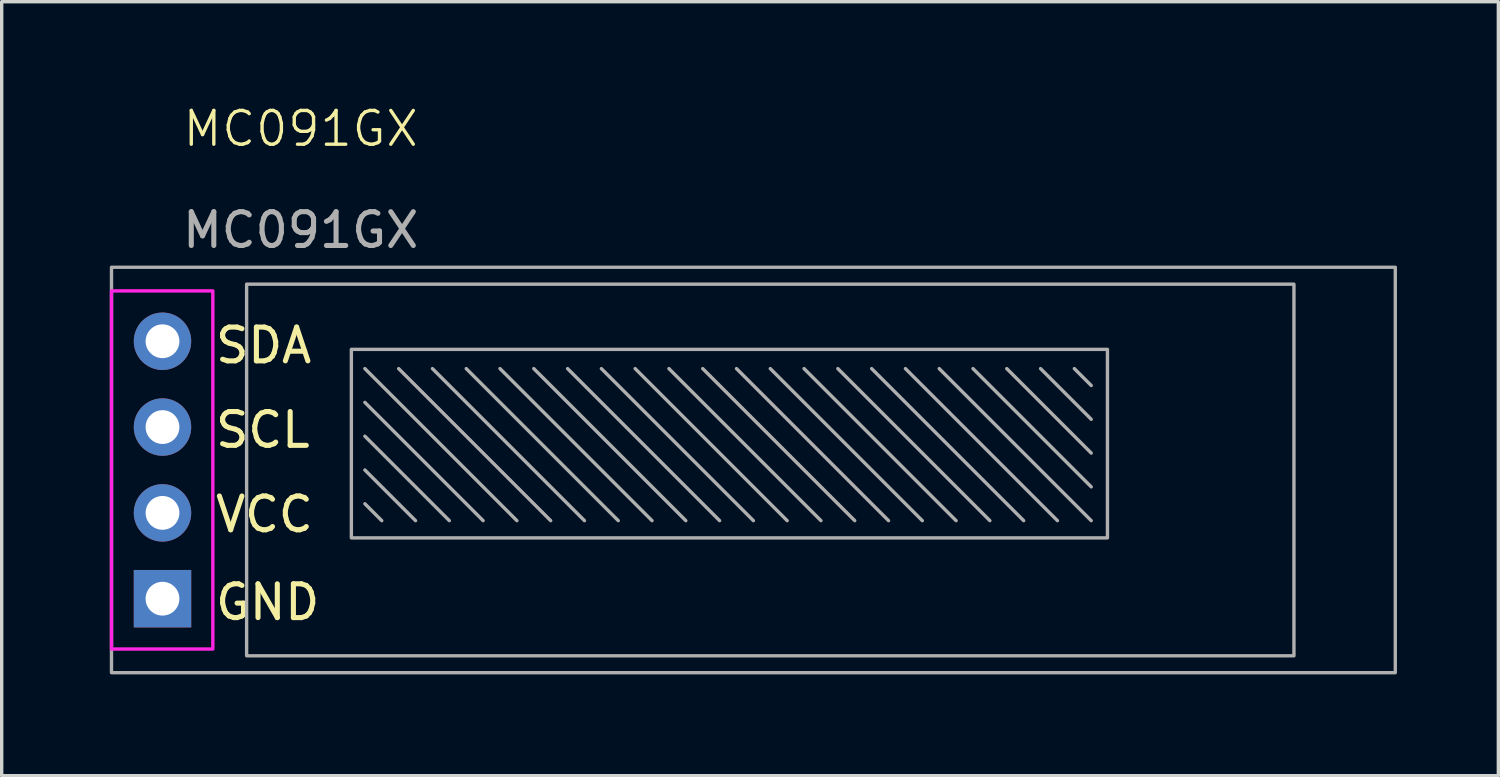
<source format=kicad_pcb>
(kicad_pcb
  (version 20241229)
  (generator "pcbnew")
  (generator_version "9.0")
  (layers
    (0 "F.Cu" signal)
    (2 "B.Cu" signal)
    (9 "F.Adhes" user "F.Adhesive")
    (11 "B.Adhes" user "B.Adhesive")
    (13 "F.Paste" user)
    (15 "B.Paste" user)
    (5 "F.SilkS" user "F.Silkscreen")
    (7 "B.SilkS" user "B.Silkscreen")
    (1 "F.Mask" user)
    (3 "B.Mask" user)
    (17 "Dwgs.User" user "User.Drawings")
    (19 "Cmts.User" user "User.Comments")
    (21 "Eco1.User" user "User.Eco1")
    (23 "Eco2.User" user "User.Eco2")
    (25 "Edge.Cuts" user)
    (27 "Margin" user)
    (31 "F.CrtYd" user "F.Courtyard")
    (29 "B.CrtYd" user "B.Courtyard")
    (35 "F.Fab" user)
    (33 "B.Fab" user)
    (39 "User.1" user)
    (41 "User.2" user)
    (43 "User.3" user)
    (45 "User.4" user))
  (footprint "MC091GX"
    (layer "F.Cu")
    (at 0.25 4.861)
    (property "Reference" "MC091GX" (at 5.6 -4.1 0) (unlocked yes) (layer "F.SilkS") (effects (font (size 1 1) (thickness 0.1))))
    (attr smd)
    (fp_rect (start 0 0.7) (end 3 11.3) (stroke (width 0.1) (type default)) (fill no) (layer "Margin"))
    (fp_rect (start 0 0.7) (end 3 11.3) (stroke (width 0.1) (type default)) (fill no) (layer "F.CrtYd"))
    (fp_line (start 7.5 3) (end 12 7.5) (stroke (width 0.1) (type default)) (layer "F.Fab"))
    (fp_line (start 7.5 4) (end 11 7.5) (stroke (width 0.1) (type default)) (layer "F.Fab"))
    (fp_line (start 7.5 5) (end 10 7.5) (stroke (width 0.1) (type default)) (layer "F.Fab"))
    (fp_line (start 7.5 6) (end 9 7.5) (stroke (width 0.1) (type default)) (layer "F.Fab"))
    (fp_line (start 7.5 7) (end 8 7.5) (stroke (width 0.1) (type default)) (layer "F.Fab"))
    (fp_line (start 8.5 3) (end 13 7.5) (stroke (width 0.1) (type default)) (layer "F.Fab"))
    (fp_line (start 9.5 3) (end 14 7.5) (stroke (width 0.1) (type default)) (layer "F.Fab"))
    (fp_line (start 10.5 3) (end 15 7.5) (stroke (width 0.1) (type default)) (layer "F.Fab"))
    (fp_line (start 11.5 3) (end 16 7.5) (stroke (width 0.1) (type default)) (layer "F.Fab"))
    (fp_line (start 12.5 3) (end 17 7.5) (stroke (width 0.1) (type default)) (layer "F.Fab"))
    (fp_line (start 13.5 3) (end 18 7.5) (stroke (width 0.1) (type default)) (layer "F.Fab"))
    (fp_line (start 14.5 3) (end 19 7.5) (stroke (width 0.1) (type default)) (layer "F.Fab"))
    (fp_line (start 15.5 3) (end 20 7.5) (stroke (width 0.1) (type default)) (layer "F.Fab"))
    (fp_line (start 16.5 3) (end 21 7.5) (stroke (width 0.1) (type default)) (layer "F.Fab"))
    (fp_line (start 17.5 3) (end 22 7.5) (stroke (width 0.1) (type default)) (layer "F.Fab"))
    (fp_line (start 18.5 3) (end 23 7.5) (stroke (width 0.1) (type default)) (layer "F.Fab"))
    (fp_line (start 19.5 3) (end 24 7.5) (stroke (width 0.1) (type default)) (layer "F.Fab"))
    (fp_line (start 20.5 3) (end 25 7.5) (stroke (width 0.1) (type default)) (layer "F.Fab"))
    (fp_line (start 21.5 3) (end 26 7.5) (stroke (width 0.1) (type default)) (layer "F.Fab"))
    (fp_line (start 22.5 3) (end 27 7.5) (stroke (width 0.1) (type default)) (layer "F.Fab"))
    (fp_line (start 23.5 3) (end 28 7.5) (stroke (width 0.1) (type default)) (layer "F.Fab"))
    (fp_line (start 24.5 3) (end 29 7.5) (stroke (width 0.1) (type default)) (layer "F.Fab"))
    (fp_line (start 25.5 3) (end 29 6.5) (stroke (width 0.1) (type default)) (layer "F.Fab"))
    (fp_line (start 26.5 3) (end 29 5.5) (stroke (width 0.1) (type default)) (layer "F.Fab"))
    (fp_line (start 27.5 3) (end 29 4.5) (stroke (width 0.1) (type default)) (layer "F.Fab"))
    (fp_line (start 28.5 3) (end 29 3.5) (stroke (width 0.1) (type default)) (layer "F.Fab"))
    (fp_rect (start 0 0) (end 38 12) (stroke (width 0.1) (type default)) (fill no) (layer "F.Fab"))
    (fp_rect (start 4 0.5) (end 35 11.5) (stroke (width 0.1) (type default)) (fill no) (layer "F.Fab"))
    (fp_rect (start 7.1 2.43) (end 29.48 8.01) (stroke (width 0.1) (type default)) (fill no) (layer "F.Fab"))
    (fp_text user "GND" (at 3 10.5 0) (unlocked yes) (layer "F.SilkS") (effects (font (size 1 1) (thickness 0.15)) (justify left bottom)))
    (fp_text user "SCL" (at 3 5.4 0) (unlocked yes) (layer "F.SilkS") (effects (font (size 1 1) (thickness 0.15)) (justify left bottom)))
    (fp_text user "VCC" (at 3 7.9 0) (unlocked yes) (layer "F.SilkS") (effects (font (size 1 1) (thickness 0.15)) (justify left bottom)))
    (fp_text user "SDA" (at 3 2.9 0) (unlocked yes) (layer "F.SilkS") (effects (font (size 1 1) (thickness 0.15)) (justify left bottom)))
    (fp_text user "${REFERENCE}" (at 5.6 -1.1 0) (unlocked yes) (layer "F.Fab") (effects (font (size 1 1) (thickness 0.15))))
    (pad "1" thru_hole rect (at 1.51 9.81) (size 1.7 1.7) (drill 1) (layers "*.Cu" "*.Mask"))
    (pad "2" thru_hole oval (at 1.51 7.27) (size 1.7 1.7) (drill 1) (layers "*.Cu" "*.Mask"))
    (pad "3" thru_hole oval (at 1.51 4.73) (size 1.7 1.7) (drill 1) (layers "*.Cu" "*.Mask"))
    (pad "4" thru_hole oval (at 1.51 2.19) (size 1.7 1.7) (drill 1) (layers "*.Cu" "*.Mask")))
  (gr_rect
    (start -3 -3)
    (end 41.3 19.91)
    (stroke (width 0.1) (type default))
    (fill no)
    (layer "Edge.Cuts")))
</source>
